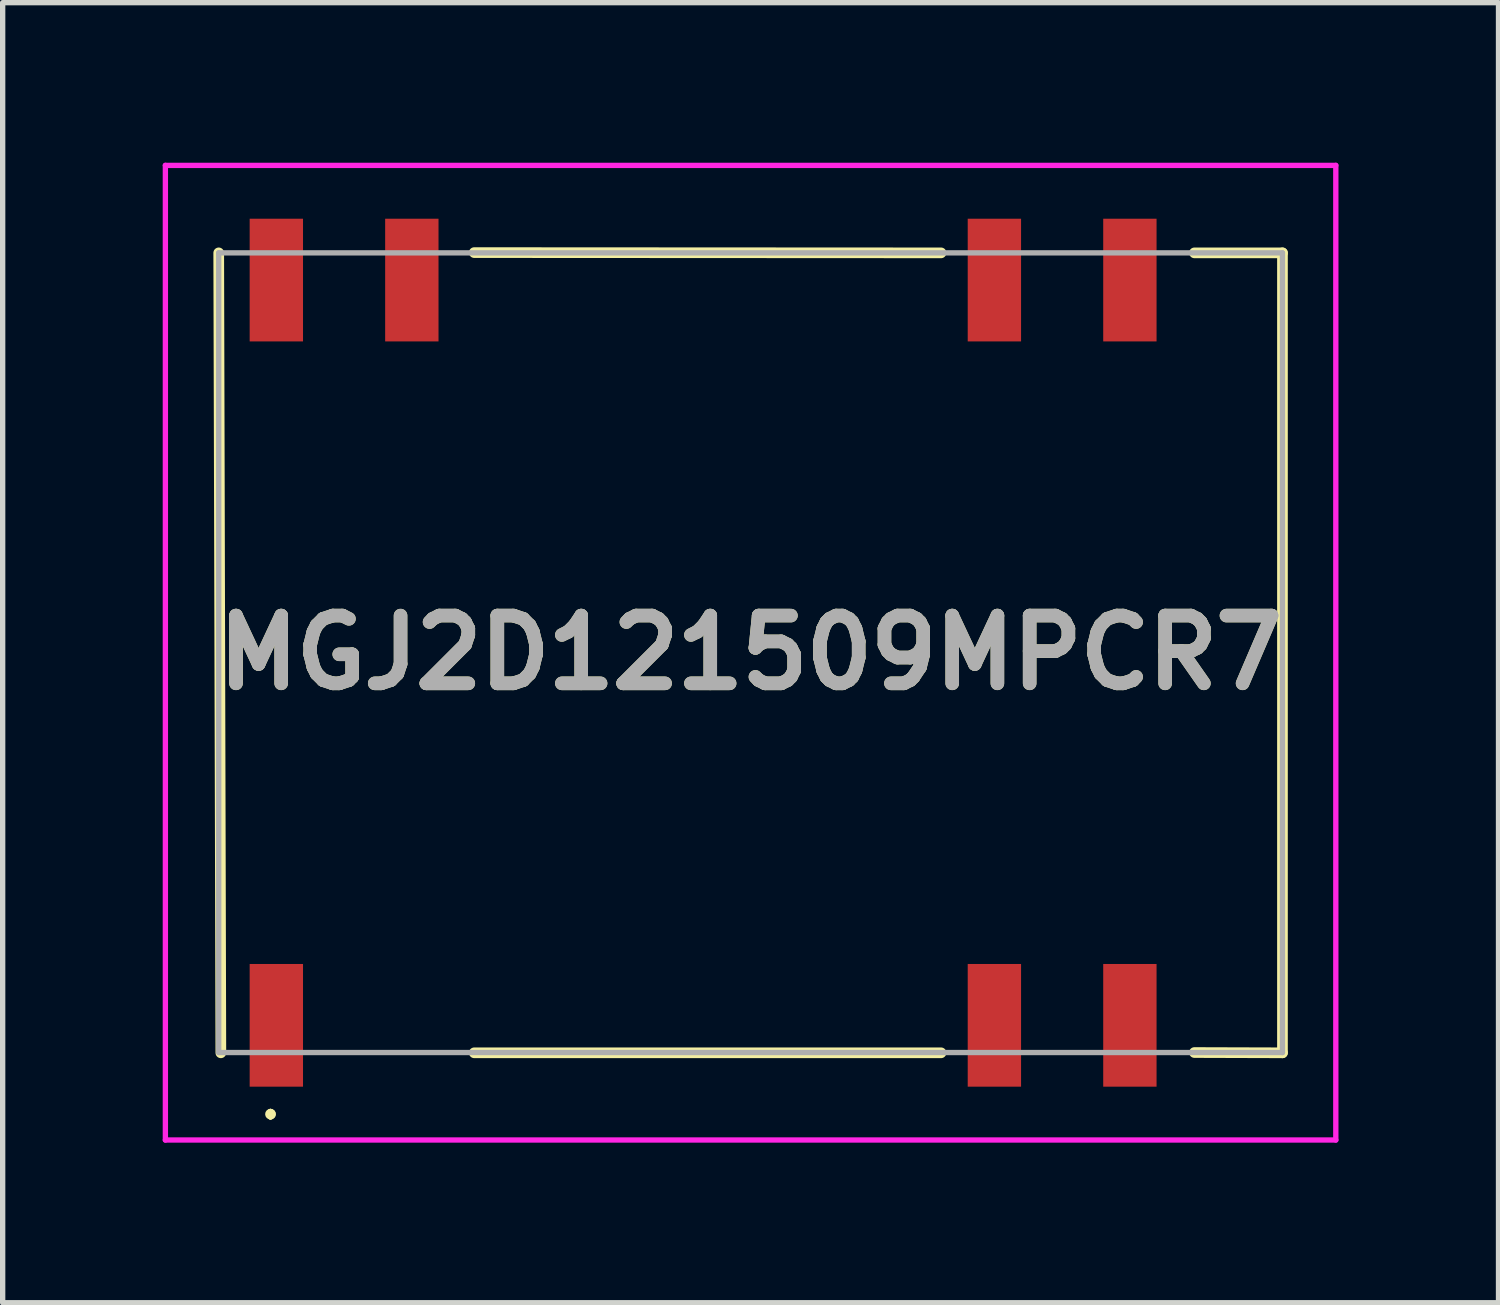
<source format=kicad_pcb>
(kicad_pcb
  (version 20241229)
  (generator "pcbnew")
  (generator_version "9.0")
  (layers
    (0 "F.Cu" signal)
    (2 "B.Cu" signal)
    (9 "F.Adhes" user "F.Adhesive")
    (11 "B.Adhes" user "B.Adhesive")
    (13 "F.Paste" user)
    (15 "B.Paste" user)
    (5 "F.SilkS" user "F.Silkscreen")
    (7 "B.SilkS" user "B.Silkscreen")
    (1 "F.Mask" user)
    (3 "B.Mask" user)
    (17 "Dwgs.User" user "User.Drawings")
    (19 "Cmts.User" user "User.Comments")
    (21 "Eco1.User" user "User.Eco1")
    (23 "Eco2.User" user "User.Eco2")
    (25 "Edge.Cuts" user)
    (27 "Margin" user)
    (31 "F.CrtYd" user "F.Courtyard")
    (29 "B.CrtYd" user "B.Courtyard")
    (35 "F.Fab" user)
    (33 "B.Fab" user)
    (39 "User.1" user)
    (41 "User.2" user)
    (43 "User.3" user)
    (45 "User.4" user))
  (footprint "MGJ2D121509MPCR7"
    (layer "F.Cu")
    (at 11.02 9.185)
    (property "Reference" "MGJ2D121509MPCR7" (at 0 0 0) (layer "F.SilkS") (effects (font (size 1.27 1.27) (thickness 0.254))))
    (attr smd)
    (fp_line (start -9.93 7.5) (end -9.97 -7.495) (stroke (width 0.2) (type solid)) (layer "F.SilkS"))
    (fp_line (start -9 8.6) (end -9 8.6) (stroke (width 0.1) (type solid)) (layer "F.SilkS"))
    (fp_line (start -9 8.7) (end -9 8.7) (stroke (width 0.1) (type solid)) (layer "F.SilkS"))
    (fp_line (start -9 8.7) (end -9 8.7) (stroke (width 0.1) (type solid)) (layer "F.SilkS"))
    (fp_line (start -5.18 -7.5) (end 3.57 -7.495) (stroke (width 0.2) (type solid)) (layer "F.SilkS"))
    (fp_line (start -5.18 7.5) (end 3.57 7.5) (stroke (width 0.2) (type solid)) (layer "F.SilkS"))
    (fp_line (start 8.32 7.495) (end 9.97 7.5) (stroke (width 0.2) (type solid)) (layer "F.SilkS"))
    (fp_line (start 9.97 -7.495) (end 8.32 -7.495) (stroke (width 0.2) (type solid)) (layer "F.SilkS"))
    (fp_line (start 9.97 7.5) (end 9.97 -7.495) (stroke (width 0.2) (type solid)) (layer "F.SilkS"))
    (fp_arc (start -9 8.6) (mid -8.95 8.65) (end -9 8.7) (stroke (width 0.1) (type solid)) (layer "F.SilkS"))
    (fp_arc (start -9 8.6) (mid -8.95 8.65) (end -9 8.7) (stroke (width 0.1) (type solid)) (layer "F.SilkS"))
    (fp_arc (start -9 8.7) (mid -9.05 8.65) (end -9 8.6) (stroke (width 0.1) (type solid)) (layer "F.SilkS"))
    (fp_line (start -10.97 -9.135) (end 10.97 -9.135) (stroke (width 0.1) (type solid)) (layer "F.CrtYd"))
    (fp_line (start -10.97 9.135) (end -10.97 -9.135) (stroke (width 0.1) (type solid)) (layer "F.CrtYd"))
    (fp_line (start 10.97 -9.135) (end 10.97 9.135) (stroke (width 0.1) (type solid)) (layer "F.CrtYd"))
    (fp_line (start 10.97 9.135) (end -10.97 9.135) (stroke (width 0.1) (type solid)) (layer "F.CrtYd"))
    (fp_line (start -9.97 -7.495) (end -9.97 7.495) (stroke (width 0.1) (type solid)) (layer "F.Fab"))
    (fp_line (start -9.97 7.495) (end 9.97 7.495) (stroke (width 0.1) (type solid)) (layer "F.Fab"))
    (fp_line (start 9.97 -7.495) (end -9.97 -7.495) (stroke (width 0.1) (type solid)) (layer "F.Fab"))
    (fp_line (start 9.97 7.495) (end 9.97 -7.495) (stroke (width 0.1) (type solid)) (layer "F.Fab"))
    (fp_text user "${REFERENCE}" (at 0 0 0) (layer "F.Fab") (effects (font (size 1.27 1.27) (thickness 0.254))))
    (pad "1" smd rect (at -8.89 6.985) (size 1 2.3) (layers "F.Cu" "F.Mask" "F.Paste"))
    (pad "3" smd rect (at 4.57 6.985) (size 1 2.3) (layers "F.Cu" "F.Mask" "F.Paste"))
    (pad "4" smd rect (at 7.11 6.985) (size 1 2.3) (layers "F.Cu" "F.Mask" "F.Paste"))
    (pad "5" smd rect (at 7.11 -6.985) (size 1 2.3) (layers "F.Cu" "F.Mask" "F.Paste"))
    (pad "6" smd rect (at 4.57 -6.985) (size 1 2.3) (layers "F.Cu" "F.Mask" "F.Paste"))
    (pad "7" smd rect (at -6.35 -6.985) (size 1 2.3) (layers "F.Cu" "F.Mask" "F.Paste"))
    (pad "8" smd rect (at -8.89 -6.985) (size 1 2.3) (layers "F.Cu" "F.Mask" "F.Paste")))
  (gr_rect
    (start -3 -3)
    (end 25.04 21.37)
    (stroke (width 0.1) (type default))
    (fill no)
    (layer "Edge.Cuts")))
</source>
